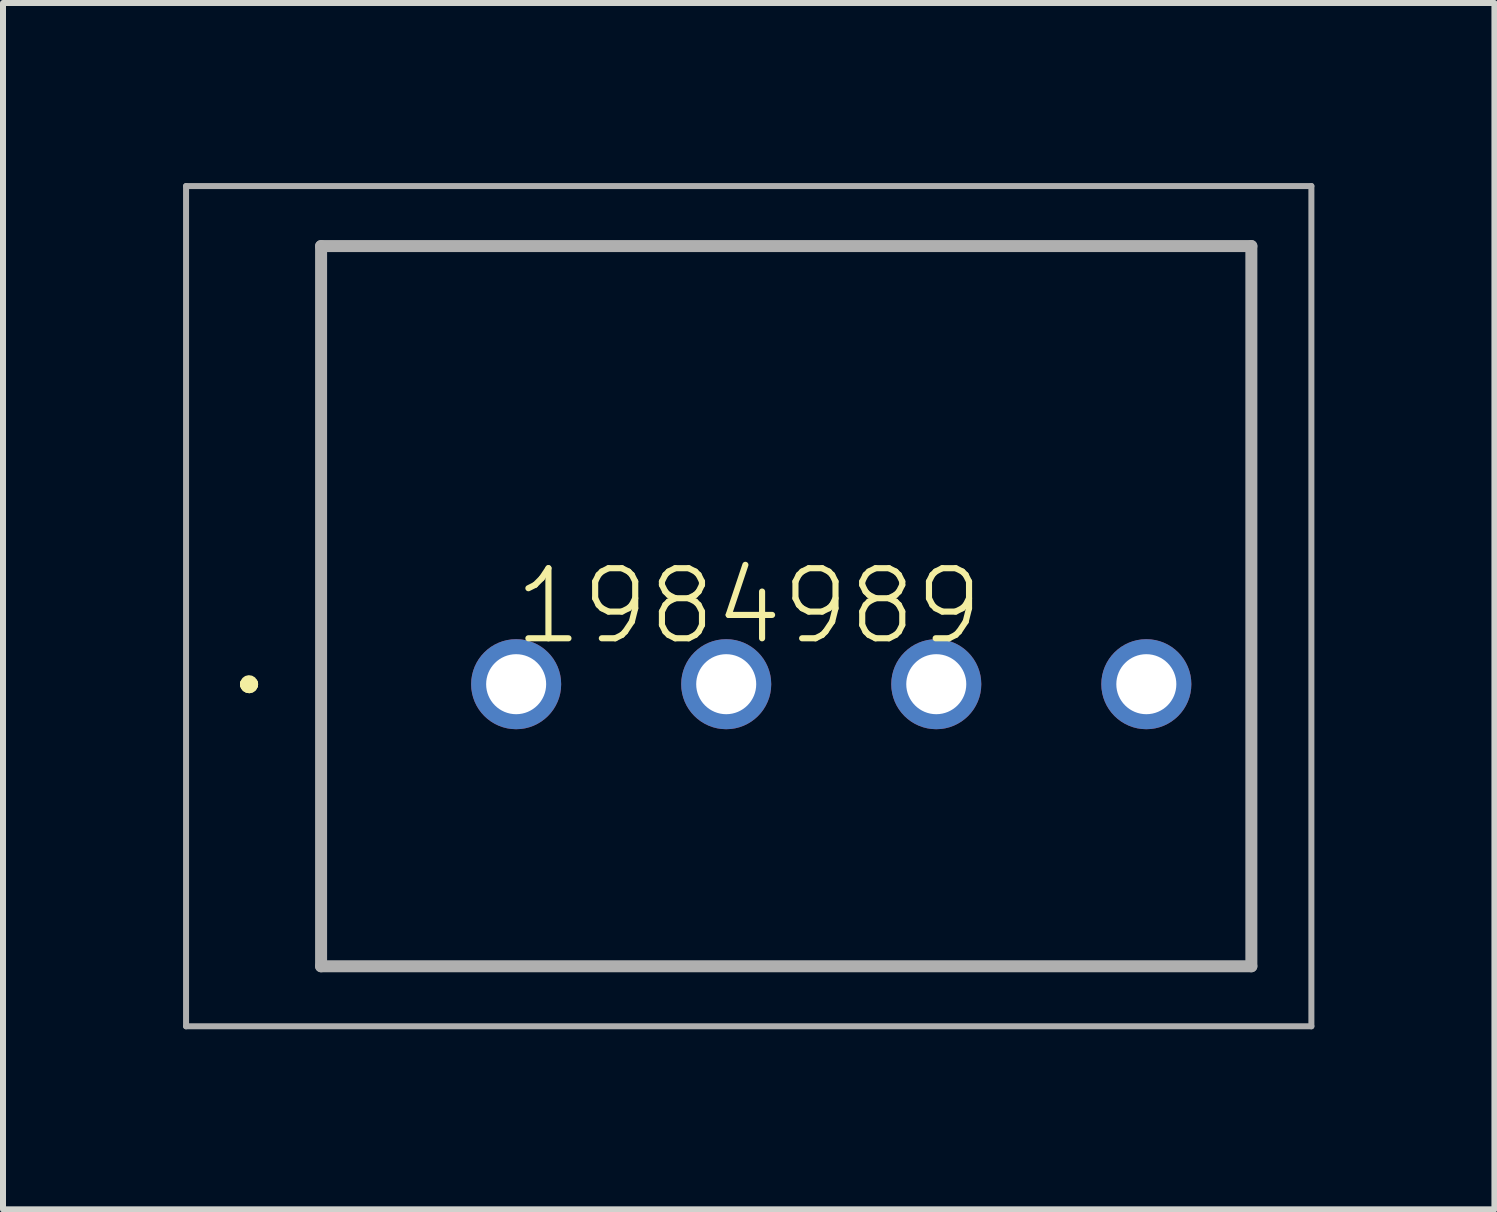
<source format=kicad_pcb>
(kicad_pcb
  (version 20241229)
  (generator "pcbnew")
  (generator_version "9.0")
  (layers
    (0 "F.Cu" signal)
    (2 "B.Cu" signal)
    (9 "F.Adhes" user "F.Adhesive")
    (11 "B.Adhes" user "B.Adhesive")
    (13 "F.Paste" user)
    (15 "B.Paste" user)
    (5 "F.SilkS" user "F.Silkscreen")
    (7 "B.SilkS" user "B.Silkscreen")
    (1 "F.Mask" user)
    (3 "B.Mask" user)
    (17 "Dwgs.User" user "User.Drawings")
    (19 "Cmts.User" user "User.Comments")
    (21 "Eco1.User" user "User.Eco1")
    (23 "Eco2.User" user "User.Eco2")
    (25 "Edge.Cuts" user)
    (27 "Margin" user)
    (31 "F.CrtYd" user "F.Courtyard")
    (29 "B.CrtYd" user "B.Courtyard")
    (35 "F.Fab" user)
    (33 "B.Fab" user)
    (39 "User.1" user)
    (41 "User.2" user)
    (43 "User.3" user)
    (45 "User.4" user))
  (footprint "1984989"
    (layer "F.Cu")
    (at 5.55 8.35)
    (property "Reference" "1984989" (at 3.875 -1.3 0) (layer "F.SilkS") (effects (font (size 1.168 1.168) (thickness 0.102))))
    (fp_line (start -4.5 0) (end -4.5 0) (stroke (width 0.2) (type solid)) (layer "F.SilkS"))
    (fp_line (start -4.5 0) (end -4.5 0) (stroke (width 0.2) (type solid)) (layer "F.SilkS"))
    (fp_line (start -4.4 0) (end -4.4 0) (stroke (width 0.2) (type solid)) (layer "F.SilkS"))
    (fp_line (start -3.25 -7.3) (end 12.25 -7.3) (stroke (width 0.1) (type solid)) (layer "F.SilkS"))
    (fp_line (start -3.25 4.7) (end -3.25 -7.3) (stroke (width 0.1) (type solid)) (layer "F.SilkS"))
    (fp_line (start 12.25 -7.3) (end 12.25 4.7) (stroke (width 0.1) (type solid)) (layer "F.SilkS"))
    (fp_line (start 12.25 4.7) (end -3.25 4.7) (stroke (width 0.1) (type solid)) (layer "F.SilkS"))
    (fp_arc (start -4.5 0) (mid -4.45 -0.05) (end -4.4 0) (stroke (width 0.2) (type solid)) (layer "F.SilkS"))
    (fp_arc (start -4.4 0) (mid -4.45 0.05) (end -4.5 0) (stroke (width 0.2) (type solid)) (layer "F.SilkS"))
    (fp_arc (start -4.4 0) (mid -4.45 0.05) (end -4.5 0) (stroke (width 0.2) (type solid)) (layer "F.SilkS"))
    (fp_line (start -5.5 -8.3) (end 13.25 -8.3) (stroke (width 0.1) (type solid)) (layer "F.Fab"))
    (fp_line (start -5.5 5.7) (end -5.5 -8.3) (stroke (width 0.1) (type solid)) (layer "F.Fab"))
    (fp_line (start -3.25 -7.3) (end -3.25 4.7) (stroke (width 0.2) (type solid)) (layer "F.Fab"))
    (fp_line (start -3.25 4.7) (end 12.25 4.7) (stroke (width 0.2) (type solid)) (layer "F.Fab"))
    (fp_line (start 12.25 -7.3) (end -3.25 -7.3) (stroke (width 0.2) (type solid)) (layer "F.Fab"))
    (fp_line (start 12.25 4.7) (end 12.25 -7.3) (stroke (width 0.2) (type solid)) (layer "F.Fab"))
    (fp_line (start 13.25 -8.3) (end 13.25 5.7) (stroke (width 0.1) (type solid)) (layer "F.Fab"))
    (fp_line (start 13.25 5.7) (end -5.5 5.7) (stroke (width 0.1) (type solid)) (layer "F.Fab"))
    (pad "1" thru_hole circle (at 0 0) (size 1.5 1.5) (drill 1) (layers "*.Cu" "*.Mask"))
    (pad "2" thru_hole circle (at 3.5 0) (size 1.5 1.5) (drill 1) (layers "*.Cu" "*.Mask"))
    (pad "3" thru_hole circle (at 7 0) (size 1.5 1.5) (drill 1) (layers "*.Cu" "*.Mask"))
    (pad "4" thru_hole circle (at 10.5 0) (size 1.5 1.5) (drill 1) (layers "*.Cu" "*.Mask")))
  (gr_rect
    (start -3 -3)
    (end 21.85 17.1)
    (stroke (width 0.1) (type default))
    (fill no)
    (layer "Edge.Cuts")))
</source>
